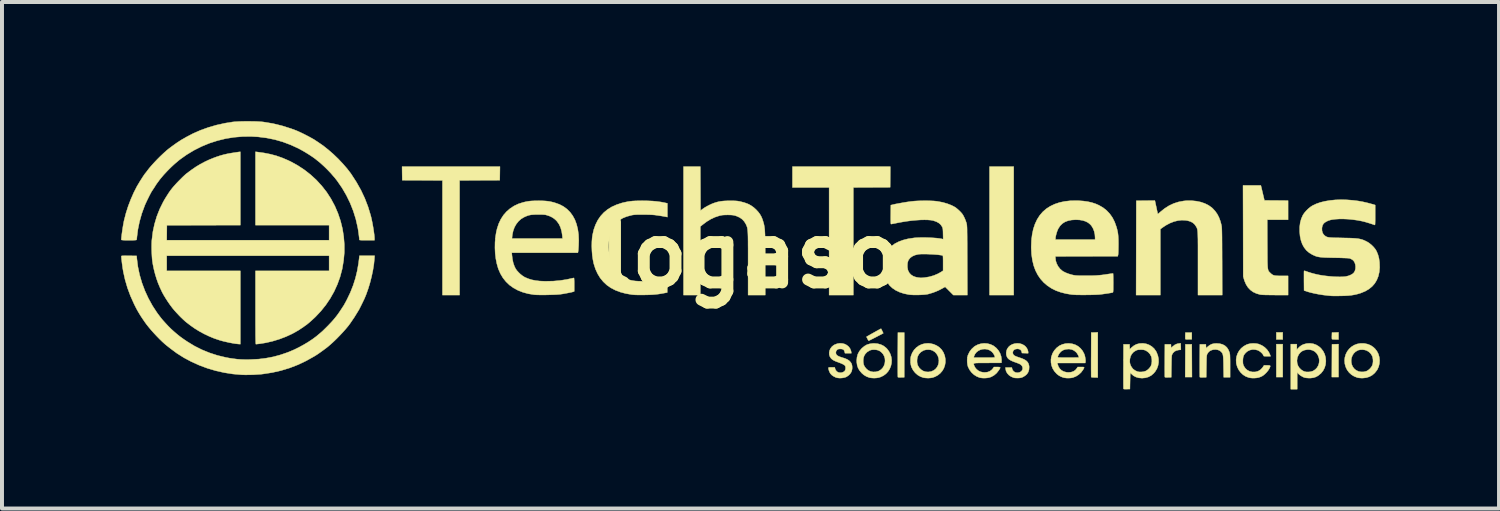
<source format=kicad_pcb>
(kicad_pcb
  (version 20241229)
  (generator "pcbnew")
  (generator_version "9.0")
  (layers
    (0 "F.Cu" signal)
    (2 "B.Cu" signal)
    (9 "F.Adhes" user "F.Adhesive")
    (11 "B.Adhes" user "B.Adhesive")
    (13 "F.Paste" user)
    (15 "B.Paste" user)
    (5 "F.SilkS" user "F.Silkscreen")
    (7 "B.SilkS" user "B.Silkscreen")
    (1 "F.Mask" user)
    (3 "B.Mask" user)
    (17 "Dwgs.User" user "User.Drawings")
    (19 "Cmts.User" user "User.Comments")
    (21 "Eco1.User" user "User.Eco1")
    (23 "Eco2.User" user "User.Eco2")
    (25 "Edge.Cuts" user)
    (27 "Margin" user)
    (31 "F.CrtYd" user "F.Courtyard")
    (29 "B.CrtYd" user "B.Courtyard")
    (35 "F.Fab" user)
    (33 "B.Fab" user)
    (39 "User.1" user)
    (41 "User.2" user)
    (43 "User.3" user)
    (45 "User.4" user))
  (footprint "logaso"
    (layer "F.Cu")
    (at 15.846 3.372)
    (property "Reference" "logaso" (at 0 0 0) (layer "F.SilkS") (effects (font (size 1.524 1.524) (thickness 0.3))))
    (attr through_hole)
    (fp_poly (pts (xy 6.629 1.008) (xy 6.02 1.008) (xy 6.02 -2.227) (xy 6.629 -2.227) (xy 6.629 1.008)) (stroke (width 0.01) (type solid)) (fill yes) (layer "F.SilkS"))
    (fp_poly (pts (xy 11.117 3.073) (xy 10.947 3.073) (xy 10.952 2.248) (xy 11.113 2.248) (xy 11.117 3.073)) (stroke (width 0.01) (type solid)) (fill yes) (layer "F.SilkS"))
    (fp_poly (pts (xy 13.403 2.125) (xy 13.242 2.125) (xy 13.242 1.947) (xy 13.403 1.947) (xy 13.403 2.125)) (stroke (width 0.01) (type solid)) (fill yes) (layer "F.SilkS"))
    (fp_poly (pts (xy 13.403 3.073) (xy 13.242 3.073) (xy 13.242 2.244) (xy 13.403 2.244) (xy 13.403 3.073)) (stroke (width 0.01) (type solid)) (fill yes) (layer "F.SilkS"))
    (fp_poly (pts (xy 14.808 3.073) (xy 14.639 3.073) (xy 14.641 2.661) (xy 14.643 2.248) (xy 14.726 2.245) (xy 14.808 2.243) (xy 14.808 3.073)) (stroke (width 0.01) (type solid)) (fill yes) (layer "F.SilkS"))
    (fp_poly (pts (xy 3.518 -1.706) (xy 2.591 -1.702) (xy 2.591 1.008) (xy 1.981 1.008) (xy 1.981 -1.702) (xy 1.058 -1.702) (xy 1.058 -2.227) (xy 3.522 -2.227) (xy 3.518 -1.706)) (stroke (width 0.01) (type solid)) (fill yes) (layer "F.SilkS"))
    (fp_poly (pts (xy -6.312 -1.884) (xy -6.818 -1.882) (xy -7.324 -1.879) (xy -7.324 1.008) (xy -7.755 1.008) (xy -7.755 -1.879) (xy -8.261 -1.882) (xy -8.767 -1.884) (xy -8.77 -2.055) (xy -8.772 -2.227) (xy -6.307 -2.227) (xy -6.312 -1.884)) (stroke (width 0.01) (type solid)) (fill yes) (layer "F.SilkS"))
    (fp_poly (pts (xy 11.113 2.121) (xy 11.034 2.123) (xy 10.995 2.124) (xy 10.97 2.123) (xy 10.956 2.119) (xy 10.951 2.114) (xy 10.949 2.101) (xy 10.949 2.075) (xy 10.949 2.042) (xy 10.949 2.027) (xy 10.952 1.952) (xy 11.113 1.952) (xy 11.113 2.121)) (stroke (width 0.01) (type solid)) (fill yes) (layer "F.SilkS"))
    (fp_poly (pts (xy 14.808 2.125) (xy 14.728 2.125) (xy 14.686 2.124) (xy 14.66 2.122) (xy 14.646 2.118) (xy 14.642 2.114) (xy 14.641 2.101) (xy 14.64 2.075) (xy 14.64 2.042) (xy 14.641 2.027) (xy 14.643 1.952) (xy 14.808 1.947) (xy 14.808 2.125)) (stroke (width 0.01) (type solid)) (fill yes) (layer "F.SilkS"))
    (fp_poly (pts (xy 3.873 3.078) (xy 3.795 3.08) (xy 3.755 3.081) (xy 3.729 3.079) (xy 3.716 3.075) (xy 3.712 3.072) (xy 3.712 3.061) (xy 3.711 3.036) (xy 3.711 2.996) (xy 3.71 2.944) (xy 3.71 2.88) (xy 3.71 2.807) (xy 3.71 2.725) (xy 3.71 2.637) (xy 3.71 2.543) (xy 3.71 2.506) (xy 3.713 1.952) (xy 3.873 1.952) (xy 3.873 3.078)) (stroke (width 0.01) (type solid)) (fill yes) (layer "F.SilkS"))
    (fp_poly (pts (xy 8.746 3.082) (xy 8.665 3.082) (xy 8.623 3.081) (xy 8.596 3.078) (xy 8.582 3.074) (xy 8.581 3.071) (xy 8.58 3.061) (xy 8.579 3.036) (xy 8.579 2.996) (xy 8.579 2.944) (xy 8.578 2.88) (xy 8.578 2.807) (xy 8.578 2.726) (xy 8.578 2.637) (xy 8.579 2.543) (xy 8.579 2.506) (xy 8.581 1.952) (xy 8.746 1.947) (xy 8.746 3.082)) (stroke (width 0.01) (type solid)) (fill yes) (layer "F.SilkS"))
    (fp_poly (pts (xy 3.293 1.861) (xy 3.302 1.879) (xy 3.314 1.903) (xy 3.327 1.928) (xy 3.337 1.951) (xy 3.344 1.966) (xy 3.344 1.969) (xy 3.337 1.973) (xy 3.317 1.984) (xy 3.288 2) (xy 3.25 2.019) (xy 3.208 2.041) (xy 3.162 2.065) (xy 3.117 2.088) (xy 3.074 2.11) (xy 3.036 2.129) (xy 3.005 2.145) (xy 2.984 2.155) (xy 2.979 2.157) (xy 2.972 2.152) (xy 2.961 2.135) (xy 2.947 2.11) (xy 2.947 2.109) (xy 2.921 2.059) (xy 2.949 2.042) (xy 2.97 2.03) (xy 3 2.013) (xy 3.038 1.991) (xy 3.08 1.968) (xy 3.124 1.943) (xy 3.167 1.919) (xy 3.207 1.897) (xy 3.242 1.878) (xy 3.269 1.864) (xy 3.284 1.856) (xy 3.288 1.854) (xy 3.293 1.861)) (stroke (width 0.01) (type solid)) (fill yes) (layer "F.SilkS"))
    (fp_poly (pts (xy 10.836 2.304) (xy 10.838 2.385) (xy 10.787 2.39) (xy 10.728 2.403) (xy 10.681 2.426) (xy 10.644 2.461) (xy 10.623 2.493) (xy 10.618 2.504) (xy 10.614 2.514) (xy 10.61 2.528) (xy 10.608 2.546) (xy 10.606 2.571) (xy 10.604 2.605) (xy 10.603 2.649) (xy 10.602 2.705) (xy 10.601 2.776) (xy 10.6 2.802) (xy 10.596 3.078) (xy 10.518 3.08) (xy 10.477 3.081) (xy 10.452 3.079) (xy 10.438 3.075) (xy 10.435 3.072) (xy 10.434 3.061) (xy 10.433 3.036) (xy 10.433 2.996) (xy 10.433 2.945) (xy 10.432 2.884) (xy 10.432 2.814) (xy 10.433 2.738) (xy 10.433 2.656) (xy 10.433 2.654) (xy 10.435 2.248) (xy 10.588 2.248) (xy 10.593 2.341) (xy 10.637 2.298) (xy 10.688 2.259) (xy 10.744 2.235) (xy 10.799 2.225) (xy 10.833 2.223) (xy 10.836 2.304)) (stroke (width 0.01) (type solid)) (fill yes) (layer "F.SilkS"))
    (fp_poly (pts (xy 12.858 -1.729) (xy 12.862 -1.714) (xy 12.869 -1.685) (xy 12.878 -1.646) (xy 12.889 -1.599) (xy 12.902 -1.547) (xy 12.903 -1.541) (xy 12.942 -1.376) (xy 13.24 -1.374) (xy 13.538 -1.371) (xy 13.538 -0.889) (xy 13.013 -0.889) (xy 13.015 -0.282) (xy 13.016 -0.161) (xy 13.016 -0.055) (xy 13.017 0.036) (xy 13.017 0.113) (xy 13.018 0.179) (xy 13.02 0.233) (xy 13.022 0.278) (xy 13.025 0.315) (xy 13.029 0.344) (xy 13.034 0.368) (xy 13.04 0.387) (xy 13.047 0.402) (xy 13.056 0.415) (xy 13.066 0.427) (xy 13.078 0.439) (xy 13.092 0.452) (xy 13.094 0.454) (xy 13.118 0.476) (xy 13.141 0.493) (xy 13.166 0.506) (xy 13.196 0.515) (xy 13.234 0.52) (xy 13.281 0.523) (xy 13.342 0.525) (xy 13.383 0.525) (xy 13.538 0.525) (xy 13.538 1.008) (xy 13.214 1.007) (xy 13.117 1.006) (xy 13.036 1.005) (xy 12.969 1.004) (xy 12.916 1.002) (xy 12.876 1) (xy 12.847 0.997) (xy 12.835 0.995) (xy 12.742 0.969) (xy 12.659 0.931) (xy 12.589 0.88) (xy 12.529 0.817) (xy 12.48 0.74) (xy 12.441 0.651) (xy 12.427 0.605) (xy 12.408 0.538) (xy 12.406 -0.607) (xy 12.403 -1.753) (xy 12.852 -1.753) (xy 12.858 -1.729)) (stroke (width 0.01) (type solid)) (fill yes) (layer "F.SilkS"))
    (fp_poly (pts (xy 11.816 2.231) (xy 11.887 2.25) (xy 11.947 2.282) (xy 11.997 2.327) (xy 12.035 2.386) (xy 12.059 2.443) (xy 12.064 2.459) (xy 12.068 2.475) (xy 12.071 2.493) (xy 12.074 2.514) (xy 12.075 2.54) (xy 12.076 2.574) (xy 12.077 2.617) (xy 12.078 2.672) (xy 12.078 2.741) (xy 12.078 2.79) (xy 12.078 3.078) (xy 11.917 3.078) (xy 11.912 2.807) (xy 11.911 2.726) (xy 11.909 2.66) (xy 11.907 2.607) (xy 11.904 2.565) (xy 11.9 2.533) (xy 11.895 2.507) (xy 11.889 2.487) (xy 11.88 2.47) (xy 11.869 2.455) (xy 11.856 2.439) (xy 11.819 2.408) (xy 11.772 2.388) (xy 11.717 2.379) (xy 11.659 2.382) (xy 11.621 2.391) (xy 11.569 2.414) (xy 11.529 2.45) (xy 11.505 2.487) (xy 11.499 2.499) (xy 11.495 2.51) (xy 11.492 2.524) (xy 11.489 2.541) (xy 11.487 2.565) (xy 11.485 2.596) (xy 11.484 2.637) (xy 11.483 2.69) (xy 11.482 2.757) (xy 11.481 2.802) (xy 11.477 3.078) (xy 11.398 3.08) (xy 11.358 3.081) (xy 11.332 3.079) (xy 11.319 3.075) (xy 11.315 3.072) (xy 11.315 3.061) (xy 11.314 3.036) (xy 11.314 2.996) (xy 11.313 2.945) (xy 11.313 2.884) (xy 11.313 2.814) (xy 11.313 2.738) (xy 11.313 2.656) (xy 11.313 2.654) (xy 11.316 2.248) (xy 11.468 2.248) (xy 11.473 2.347) (xy 11.517 2.305) (xy 11.567 2.267) (xy 11.62 2.241) (xy 11.681 2.228) (xy 11.735 2.225) (xy 11.816 2.231)) (stroke (width 0.01) (type solid)) (fill yes) (layer "F.SilkS"))
    (fp_poly (pts (xy 14.17 2.234) (xy 14.244 2.26) (xy 14.312 2.301) (xy 14.366 2.349) (xy 14.42 2.418) (xy 14.458 2.493) (xy 14.481 2.575) (xy 14.489 2.665) (xy 14.489 2.671) (xy 14.481 2.758) (xy 14.457 2.839) (xy 14.419 2.912) (xy 14.367 2.977) (xy 14.301 3.032) (xy 14.29 3.04) (xy 14.234 3.07) (xy 14.175 3.089) (xy 14.109 3.097) (xy 14.047 3.097) (xy 14.005 3.094) (xy 13.974 3.09) (xy 13.948 3.084) (xy 13.921 3.073) (xy 13.899 3.062) (xy 13.855 3.036) (xy 13.816 3.007) (xy 13.802 2.993) (xy 13.767 2.955) (xy 13.767 3.378) (xy 13.606 3.378) (xy 13.606 2.659) (xy 13.761 2.659) (xy 13.767 2.725) (xy 13.787 2.786) (xy 13.821 2.841) (xy 13.867 2.887) (xy 13.923 2.922) (xy 13.956 2.935) (xy 14.003 2.944) (xy 14.057 2.944) (xy 14.112 2.936) (xy 14.16 2.921) (xy 14.168 2.918) (xy 14.223 2.882) (xy 14.268 2.834) (xy 14.3 2.778) (xy 14.318 2.716) (xy 14.323 2.65) (xy 14.314 2.591) (xy 14.289 2.524) (xy 14.252 2.469) (xy 14.205 2.426) (xy 14.148 2.397) (xy 14.083 2.382) (xy 14.023 2.381) (xy 13.953 2.393) (xy 13.893 2.418) (xy 13.843 2.457) (xy 13.803 2.509) (xy 13.775 2.573) (xy 13.77 2.59) (xy 13.761 2.659) (xy 13.606 2.659) (xy 13.606 2.244) (xy 13.758 2.244) (xy 13.758 2.382) (xy 13.789 2.347) (xy 13.832 2.305) (xy 13.882 2.27) (xy 13.929 2.248) (xy 14.01 2.227) (xy 14.091 2.223) (xy 14.17 2.234)) (stroke (width 0.01) (type solid)) (fill yes) (layer "F.SilkS"))
    (fp_poly (pts (xy 15.465 2.227) (xy 15.547 2.245) (xy 15.619 2.275) (xy 15.684 2.319) (xy 15.728 2.36) (xy 15.776 2.423) (xy 15.812 2.493) (xy 15.834 2.57) (xy 15.843 2.65) (xy 15.838 2.73) (xy 15.819 2.808) (xy 15.787 2.881) (xy 15.775 2.9) (xy 15.72 2.969) (xy 15.658 3.023) (xy 15.586 3.063) (xy 15.506 3.088) (xy 15.418 3.098) (xy 15.395 3.098) (xy 15.355 3.096) (xy 15.316 3.092) (xy 15.284 3.086) (xy 15.205 3.056) (xy 15.134 3.013) (xy 15.074 2.958) (xy 15.025 2.893) (xy 14.989 2.819) (xy 14.967 2.739) (xy 14.961 2.663) (xy 14.962 2.643) (xy 15.127 2.643) (xy 15.129 2.702) (xy 15.142 2.759) (xy 15.166 2.813) (xy 15.201 2.86) (xy 15.247 2.899) (xy 15.304 2.927) (xy 15.311 2.93) (xy 15.374 2.942) (xy 15.44 2.941) (xy 15.502 2.927) (xy 15.518 2.921) (xy 15.559 2.896) (xy 15.599 2.861) (xy 15.634 2.819) (xy 15.657 2.779) (xy 15.671 2.733) (xy 15.677 2.679) (xy 15.675 2.622) (xy 15.665 2.569) (xy 15.654 2.539) (xy 15.618 2.481) (xy 15.569 2.435) (xy 15.52 2.406) (xy 15.472 2.39) (xy 15.416 2.383) (xy 15.36 2.384) (xy 15.309 2.394) (xy 15.29 2.402) (xy 15.234 2.435) (xy 15.19 2.479) (xy 15.158 2.529) (xy 15.137 2.585) (xy 15.127 2.643) (xy 14.962 2.643) (xy 14.968 2.577) (xy 14.991 2.498) (xy 15.027 2.427) (xy 15.075 2.364) (xy 15.133 2.311) (xy 15.2 2.269) (xy 15.274 2.24) (xy 15.355 2.225) (xy 15.44 2.225) (xy 15.465 2.227)) (stroke (width 0.01) (type solid)) (fill yes) (layer "F.SilkS"))
    (fp_poly (pts (xy 4.529 2.227) (xy 4.613 2.246) (xy 4.69 2.28) (xy 4.757 2.325) (xy 4.814 2.382) (xy 4.858 2.45) (xy 4.862 2.457) (xy 4.893 2.538) (xy 4.908 2.62) (xy 4.909 2.701) (xy 4.895 2.779) (xy 4.869 2.852) (xy 4.829 2.919) (xy 4.778 2.978) (xy 4.715 3.028) (xy 4.643 3.066) (xy 4.584 3.086) (xy 4.537 3.094) (xy 4.481 3.098) (xy 4.423 3.096) (xy 4.371 3.09) (xy 4.355 3.087) (xy 4.279 3.06) (xy 4.209 3.019) (xy 4.148 2.965) (xy 4.097 2.901) (xy 4.059 2.83) (xy 4.047 2.796) (xy 4.036 2.745) (xy 4.031 2.685) (xy 4.031 2.641) (xy 4.195 2.641) (xy 4.195 2.698) (xy 4.204 2.749) (xy 4.214 2.779) (xy 4.249 2.838) (xy 4.296 2.885) (xy 4.35 2.919) (xy 4.412 2.939) (xy 4.478 2.944) (xy 4.547 2.933) (xy 4.557 2.93) (xy 4.616 2.904) (xy 4.663 2.867) (xy 4.7 2.821) (xy 4.726 2.769) (xy 4.741 2.712) (xy 4.745 2.654) (xy 4.737 2.595) (xy 4.718 2.539) (xy 4.688 2.488) (xy 4.647 2.443) (xy 4.593 2.407) (xy 4.582 2.402) (xy 4.535 2.387) (xy 4.48 2.382) (xy 4.424 2.385) (xy 4.371 2.397) (xy 4.351 2.406) (xy 4.293 2.442) (xy 4.247 2.49) (xy 4.218 2.539) (xy 4.202 2.586) (xy 4.195 2.641) (xy 4.031 2.641) (xy 4.031 2.624) (xy 4.037 2.568) (xy 4.044 2.539) (xy 4.075 2.46) (xy 4.12 2.389) (xy 4.176 2.33) (xy 4.241 2.283) (xy 4.315 2.248) (xy 4.394 2.228) (xy 4.478 2.222) (xy 4.529 2.227)) (stroke (width 0.01) (type solid)) (fill yes) (layer "F.SilkS"))
    (fp_poly (pts (xy 3.203 2.232) (xy 3.284 2.254) (xy 3.357 2.291) (xy 3.422 2.343) (xy 3.436 2.357) (xy 3.487 2.424) (xy 3.524 2.496) (xy 3.547 2.571) (xy 3.556 2.647) (xy 3.552 2.723) (xy 3.535 2.797) (xy 3.506 2.867) (xy 3.466 2.931) (xy 3.414 2.988) (xy 3.351 3.035) (xy 3.279 3.07) (xy 3.23 3.086) (xy 3.182 3.094) (xy 3.124 3.098) (xy 3.066 3.096) (xy 3.013 3.09) (xy 3 3.087) (xy 2.925 3.06) (xy 2.856 3.019) (xy 2.802 2.972) (xy 2.75 2.911) (xy 2.712 2.848) (xy 2.688 2.779) (xy 2.677 2.702) (xy 2.675 2.658) (xy 2.677 2.64) (xy 2.84 2.64) (xy 2.841 2.697) (xy 2.849 2.748) (xy 2.859 2.778) (xy 2.885 2.823) (xy 2.921 2.866) (xy 2.961 2.9) (xy 2.97 2.906) (xy 3.026 2.931) (xy 3.088 2.943) (xy 3.153 2.941) (xy 3.215 2.926) (xy 3.237 2.917) (xy 3.29 2.883) (xy 3.332 2.839) (xy 3.363 2.786) (xy 3.383 2.728) (xy 3.39 2.667) (xy 3.386 2.605) (xy 3.368 2.546) (xy 3.338 2.492) (xy 3.302 2.452) (xy 3.259 2.418) (xy 3.215 2.397) (xy 3.166 2.386) (xy 3.116 2.383) (xy 3.076 2.384) (xy 3.046 2.388) (xy 3.019 2.396) (xy 2.996 2.406) (xy 2.938 2.442) (xy 2.892 2.49) (xy 2.863 2.539) (xy 2.848 2.586) (xy 2.84 2.64) (xy 2.677 2.64) (xy 2.683 2.573) (xy 2.704 2.495) (xy 2.741 2.424) (xy 2.794 2.359) (xy 2.811 2.342) (xy 2.871 2.293) (xy 2.931 2.258) (xy 2.998 2.237) (xy 3.073 2.226) (xy 3.116 2.224) (xy 3.203 2.232)) (stroke (width 0.01) (type solid)) (fill yes) (layer "F.SilkS"))
    (fp_poly (pts (xy 12.731 2.228) (xy 12.794 2.24) (xy 12.802 2.243) (xy 12.879 2.276) (xy 12.948 2.322) (xy 13.008 2.381) (xy 13.055 2.449) (xy 13.086 2.516) (xy 13.097 2.548) (xy 13.01 2.548) (xy 12.97 2.548) (xy 12.945 2.547) (xy 12.93 2.545) (xy 12.922 2.54) (xy 12.918 2.532) (xy 12.917 2.527) (xy 12.904 2.502) (xy 12.88 2.473) (xy 12.849 2.444) (xy 12.815 2.419) (xy 12.781 2.4) (xy 12.774 2.397) (xy 12.707 2.381) (xy 12.64 2.379) (xy 12.577 2.393) (xy 12.519 2.421) (xy 12.486 2.447) (xy 12.449 2.485) (xy 12.424 2.523) (xy 12.408 2.566) (xy 12.401 2.618) (xy 12.399 2.663) (xy 12.4 2.703) (xy 12.402 2.732) (xy 12.407 2.755) (xy 12.415 2.777) (xy 12.424 2.797) (xy 12.462 2.854) (xy 12.51 2.897) (xy 12.567 2.927) (xy 12.634 2.943) (xy 12.65 2.944) (xy 12.72 2.942) (xy 12.783 2.924) (xy 12.839 2.891) (xy 12.887 2.843) (xy 12.903 2.821) (xy 12.932 2.777) (xy 13.011 2.777) (xy 13.051 2.778) (xy 13.076 2.781) (xy 13.088 2.79) (xy 13.088 2.806) (xy 13.077 2.833) (xy 13.063 2.862) (xy 13.035 2.907) (xy 12.997 2.953) (xy 12.953 2.997) (xy 12.909 3.033) (xy 12.881 3.05) (xy 12.847 3.066) (xy 12.808 3.08) (xy 12.789 3.086) (xy 12.741 3.094) (xy 12.685 3.098) (xy 12.627 3.097) (xy 12.574 3.091) (xy 12.549 3.085) (xy 12.473 3.057) (xy 12.404 3.014) (xy 12.345 2.958) (xy 12.296 2.893) (xy 12.259 2.819) (xy 12.236 2.739) (xy 12.233 2.721) (xy 12.229 2.638) (xy 12.24 2.558) (xy 12.266 2.481) (xy 12.305 2.411) (xy 12.356 2.349) (xy 12.418 2.298) (xy 12.489 2.258) (xy 12.529 2.243) (xy 12.592 2.229) (xy 12.661 2.224) (xy 12.731 2.228)) (stroke (width 0.01) (type solid)) (fill yes) (layer "F.SilkS"))
    (fp_poly (pts (xy 6.776 2.227) (xy 6.836 2.244) (xy 6.891 2.273) (xy 6.926 2.302) (xy 6.959 2.344) (xy 6.982 2.391) (xy 6.993 2.438) (xy 6.993 2.449) (xy 6.993 2.473) (xy 6.915 2.47) (xy 6.837 2.468) (xy 6.83 2.436) (xy 6.814 2.4) (xy 6.786 2.376) (xy 6.747 2.364) (xy 6.724 2.362) (xy 6.677 2.368) (xy 6.641 2.385) (xy 6.617 2.411) (xy 6.606 2.446) (xy 6.608 2.476) (xy 6.615 2.498) (xy 6.63 2.518) (xy 6.654 2.536) (xy 6.69 2.553) (xy 6.739 2.571) (xy 6.773 2.582) (xy 6.847 2.608) (xy 6.906 2.636) (xy 6.95 2.666) (xy 6.982 2.7) (xy 7.003 2.74) (xy 7.015 2.786) (xy 7.018 2.816) (xy 7.014 2.884) (xy 6.996 2.944) (xy 6.964 2.995) (xy 6.916 3.038) (xy 6.868 3.067) (xy 6.838 3.081) (xy 6.812 3.089) (xy 6.784 3.094) (xy 6.747 3.096) (xy 6.735 3.097) (xy 6.69 3.096) (xy 6.651 3.093) (xy 6.625 3.087) (xy 6.56 3.059) (xy 6.506 3.021) (xy 6.465 2.975) (xy 6.437 2.923) (xy 6.425 2.866) (xy 6.422 2.832) (xy 6.582 2.832) (xy 6.588 2.861) (xy 6.605 2.902) (xy 6.634 2.934) (xy 6.673 2.956) (xy 6.719 2.963) (xy 6.721 2.963) (xy 6.767 2.957) (xy 6.805 2.939) (xy 6.834 2.913) (xy 6.851 2.88) (xy 6.855 2.843) (xy 6.844 2.805) (xy 6.828 2.78) (xy 6.806 2.759) (xy 6.773 2.74) (xy 6.729 2.722) (xy 6.709 2.714) (xy 6.64 2.69) (xy 6.586 2.668) (xy 6.544 2.647) (xy 6.512 2.627) (xy 6.488 2.605) (xy 6.469 2.581) (xy 6.459 2.562) (xy 6.443 2.515) (xy 6.44 2.462) (xy 6.449 2.407) (xy 6.464 2.366) (xy 6.497 2.317) (xy 6.541 2.277) (xy 6.594 2.248) (xy 6.653 2.23) (xy 6.714 2.223) (xy 6.776 2.227)) (stroke (width 0.01) (type solid)) (fill yes) (layer "F.SilkS"))
    (fp_poly (pts (xy 10.188 -1.353) (xy 10.191 -1.338) (xy 10.197 -1.311) (xy 10.205 -1.272) (xy 10.215 -1.227) (xy 10.224 -1.185) (xy 10.234 -1.138) (xy 10.243 -1.096) (xy 10.251 -1.063) (xy 10.256 -1.041) (xy 10.258 -1.034) (xy 10.265 -1.038) (xy 10.282 -1.051) (xy 10.305 -1.071) (xy 10.318 -1.083) (xy 10.427 -1.171) (xy 10.54 -1.243) (xy 10.658 -1.299) (xy 10.781 -1.338) (xy 10.91 -1.362) (xy 10.986 -1.369) (xy 11.11 -1.369) (xy 11.228 -1.357) (xy 11.339 -1.334) (xy 11.441 -1.299) (xy 11.532 -1.254) (xy 11.612 -1.198) (xy 11.636 -1.177) (xy 11.7 -1.108) (xy 11.754 -1.032) (xy 11.798 -0.947) (xy 11.834 -0.85) (xy 11.856 -0.766) (xy 11.859 -0.753) (xy 11.861 -0.74) (xy 11.864 -0.726) (xy 11.866 -0.71) (xy 11.867 -0.69) (xy 11.869 -0.666) (xy 11.87 -0.637) (xy 11.871 -0.601) (xy 11.872 -0.558) (xy 11.873 -0.506) (xy 11.874 -0.444) (xy 11.874 -0.372) (xy 11.875 -0.288) (xy 11.875 -0.191) (xy 11.876 -0.08) (xy 11.876 0.046) (xy 11.877 0.159) (xy 11.879 1.008) (xy 11.269 1.008) (xy 11.269 0.213) (xy 11.269 0.075) (xy 11.269 -0.047) (xy 11.269 -0.155) (xy 11.269 -0.248) (xy 11.268 -0.33) (xy 11.268 -0.399) (xy 11.266 -0.458) (xy 11.265 -0.508) (xy 11.263 -0.55) (xy 11.261 -0.584) (xy 11.258 -0.612) (xy 11.255 -0.635) (xy 11.251 -0.654) (xy 11.246 -0.67) (xy 11.24 -0.684) (xy 11.234 -0.697) (xy 11.226 -0.711) (xy 11.22 -0.722) (xy 11.184 -0.773) (xy 11.138 -0.814) (xy 11.079 -0.845) (xy 11.007 -0.866) (xy 10.957 -0.874) (xy 10.863 -0.879) (xy 10.765 -0.868) (xy 10.664 -0.843) (xy 10.562 -0.803) (xy 10.462 -0.75) (xy 10.378 -0.694) (xy 10.321 -0.652) (xy 10.321 1.008) (xy 9.711 1.008) (xy 9.716 -1.367) (xy 10.183 -1.372) (xy 10.188 -1.353)) (stroke (width 0.01) (type solid)) (fill yes) (layer "F.SilkS"))
    (fp_poly (pts (xy 2.314 2.226) (xy 2.374 2.241) (xy 2.427 2.269) (xy 2.473 2.307) (xy 2.508 2.354) (xy 2.531 2.411) (xy 2.536 2.437) (xy 2.542 2.472) (xy 2.381 2.472) (xy 2.371 2.434) (xy 2.358 2.4) (xy 2.335 2.377) (xy 2.301 2.366) (xy 2.255 2.364) (xy 2.253 2.364) (xy 2.222 2.367) (xy 2.202 2.372) (xy 2.187 2.382) (xy 2.175 2.395) (xy 2.157 2.42) (xy 2.151 2.448) (xy 2.151 2.458) (xy 2.155 2.488) (xy 2.169 2.513) (xy 2.194 2.535) (xy 2.232 2.554) (xy 2.284 2.573) (xy 2.314 2.582) (xy 2.386 2.605) (xy 2.443 2.631) (xy 2.487 2.661) (xy 2.521 2.696) (xy 2.543 2.73) (xy 2.556 2.768) (xy 2.562 2.815) (xy 2.561 2.865) (xy 2.552 2.912) (xy 2.543 2.939) (xy 2.513 2.987) (xy 2.471 3.03) (xy 2.421 3.064) (xy 2.406 3.072) (xy 2.358 3.087) (xy 2.302 3.096) (xy 2.243 3.098) (xy 2.188 3.092) (xy 2.153 3.083) (xy 2.097 3.056) (xy 2.048 3.022) (xy 2.012 2.983) (xy 2.012 2.982) (xy 1.993 2.948) (xy 1.977 2.908) (xy 1.967 2.87) (xy 1.964 2.848) (xy 1.965 2.838) (xy 1.969 2.833) (xy 1.98 2.829) (xy 2.001 2.828) (xy 2.036 2.828) (xy 2.044 2.828) (xy 2.123 2.828) (xy 2.132 2.864) (xy 2.15 2.903) (xy 2.18 2.936) (xy 2.212 2.954) (xy 2.255 2.963) (xy 2.298 2.96) (xy 2.338 2.946) (xy 2.37 2.923) (xy 2.38 2.909) (xy 2.392 2.879) (xy 2.396 2.844) (xy 2.392 2.81) (xy 2.383 2.787) (xy 2.362 2.768) (xy 2.324 2.746) (xy 2.27 2.722) (xy 2.2 2.696) (xy 2.144 2.675) (xy 2.101 2.655) (xy 2.067 2.634) (xy 2.039 2.611) (xy 2.026 2.596) (xy 1.998 2.552) (xy 1.984 2.503) (xy 1.983 2.451) (xy 1.995 2.398) (xy 2.018 2.349) (xy 2.053 2.305) (xy 2.098 2.269) (xy 2.12 2.257) (xy 2.185 2.232) (xy 2.25 2.222) (xy 2.314 2.226)) (stroke (width 0.01) (type solid)) (fill yes) (layer "F.SilkS"))
    (fp_poly (pts (xy 9.963 2.235) (xy 10.038 2.262) (xy 10.105 2.302) (xy 10.164 2.355) (xy 10.211 2.42) (xy 10.227 2.45) (xy 10.259 2.533) (xy 10.276 2.618) (xy 10.277 2.702) (xy 10.263 2.784) (xy 10.235 2.862) (xy 10.192 2.933) (xy 10.151 2.981) (xy 10.09 3.033) (xy 10.022 3.069) (xy 9.947 3.091) (xy 9.863 3.099) (xy 9.859 3.099) (xy 9.778 3.092) (xy 9.708 3.072) (xy 9.645 3.039) (xy 9.597 2.997) (xy 9.563 2.962) (xy 9.559 3.168) (xy 9.555 3.374) (xy 9.476 3.376) (xy 9.436 3.377) (xy 9.41 3.375) (xy 9.397 3.372) (xy 9.394 3.368) (xy 9.393 3.358) (xy 9.392 3.332) (xy 9.392 3.292) (xy 9.391 3.24) (xy 9.391 3.177) (xy 9.391 3.103) (xy 9.391 3.022) (xy 9.391 2.933) (xy 9.391 2.84) (xy 9.392 2.802) (xy 9.392 2.696) (xy 9.552 2.696) (xy 9.56 2.742) (xy 9.577 2.786) (xy 9.595 2.819) (xy 9.632 2.867) (xy 9.683 2.906) (xy 9.742 2.933) (xy 9.744 2.934) (xy 9.791 2.943) (xy 9.845 2.943) (xy 9.899 2.937) (xy 9.946 2.923) (xy 9.953 2.92) (xy 9.999 2.892) (xy 10.041 2.853) (xy 10.074 2.809) (xy 10.086 2.787) (xy 10.101 2.739) (xy 10.108 2.683) (xy 10.107 2.626) (xy 10.098 2.573) (xy 10.093 2.556) (xy 10.063 2.498) (xy 10.02 2.449) (xy 9.968 2.412) (xy 9.959 2.407) (xy 9.933 2.396) (xy 9.91 2.388) (xy 9.884 2.385) (xy 9.85 2.383) (xy 9.83 2.383) (xy 9.789 2.384) (xy 9.76 2.386) (xy 9.737 2.392) (xy 9.713 2.401) (xy 9.701 2.407) (xy 9.646 2.443) (xy 9.603 2.491) (xy 9.572 2.548) (xy 9.555 2.615) (xy 9.552 2.642) (xy 9.552 2.696) (xy 9.392 2.696) (xy 9.394 2.248) (xy 9.546 2.248) (xy 9.549 2.31) (xy 9.551 2.373) (xy 9.601 2.325) (xy 9.659 2.279) (xy 9.72 2.247) (xy 9.789 2.229) (xy 9.8 2.227) (xy 9.884 2.223) (xy 9.963 2.235)) (stroke (width 0.01) (type solid)) (fill yes) (layer "F.SilkS"))
    (fp_poly (pts (xy -1.259 -1.673) (xy -1.257 -1.119) (xy -1.203 -1.16) (xy -1.155 -1.193) (xy -1.097 -1.227) (xy -1.033 -1.26) (xy -0.971 -1.289) (xy -0.925 -1.307) (xy -0.862 -1.328) (xy -0.803 -1.343) (xy -0.742 -1.354) (xy -0.676 -1.361) (xy -0.601 -1.365) (xy -0.516 -1.366) (xy -0.453 -1.366) (xy -0.403 -1.365) (xy -0.362 -1.363) (xy -0.328 -1.36) (xy -0.296 -1.355) (xy -0.263 -1.349) (xy -0.255 -1.347) (xy -0.154 -1.321) (xy -0.066 -1.289) (xy 0.011 -1.249) (xy 0.082 -1.199) (xy 0.144 -1.143) (xy 0.197 -1.085) (xy 0.24 -1.027) (xy 0.275 -0.965) (xy 0.304 -0.895) (xy 0.329 -0.813) (xy 0.335 -0.791) (xy 0.341 -0.766) (xy 0.346 -0.74) (xy 0.351 -0.713) (xy 0.355 -0.683) (xy 0.359 -0.649) (xy 0.362 -0.611) (xy 0.364 -0.566) (xy 0.367 -0.514) (xy 0.368 -0.454) (xy 0.37 -0.385) (xy 0.371 -0.305) (xy 0.371 -0.214) (xy 0.372 -0.109) (xy 0.372 0.009) (xy 0.372 0.142) (xy 0.372 0.248) (xy 0.373 1.008) (xy -0.059 1.008) (xy -0.059 0.211) (xy -0.059 0.071) (xy -0.059 -0.054) (xy -0.059 -0.163) (xy -0.06 -0.259) (xy -0.06 -0.343) (xy -0.061 -0.415) (xy -0.062 -0.476) (xy -0.064 -0.529) (xy -0.066 -0.573) (xy -0.069 -0.61) (xy -0.072 -0.641) (xy -0.076 -0.666) (xy -0.08 -0.689) (xy -0.085 -0.708) (xy -0.092 -0.725) (xy -0.099 -0.742) (xy -0.106 -0.76) (xy -0.113 -0.775) (xy -0.154 -0.843) (xy -0.206 -0.9) (xy -0.27 -0.945) (xy -0.347 -0.98) (xy -0.383 -0.992) (xy -0.414 -1) (xy -0.443 -1.005) (xy -0.475 -1.008) (xy -0.513 -1.01) (xy -0.562 -1.011) (xy -0.58 -1.011) (xy -0.634 -1.01) (xy -0.676 -1.008) (xy -0.711 -1.005) (xy -0.744 -0.999) (xy -0.779 -0.991) (xy -0.789 -0.988) (xy -0.895 -0.953) (xy -0.998 -0.905) (xy -1.1 -0.843) (xy -1.196 -0.771) (xy -1.262 -0.718) (xy -1.262 1.008) (xy -1.685 1.008) (xy -1.685 -2.227) (xy -1.262 -2.227) (xy -1.259 -1.673)) (stroke (width 0.01) (type solid)) (fill yes) (layer "F.SilkS"))
    (fp_poly (pts (xy 8.099 2.234) (xy 8.178 2.258) (xy 8.25 2.297) (xy 8.312 2.35) (xy 8.364 2.414) (xy 8.404 2.49) (xy 8.407 2.498) (xy 8.419 2.534) (xy 8.428 2.577) (xy 8.435 2.621) (xy 8.438 2.661) (xy 8.436 2.691) (xy 8.436 2.692) (xy 8.431 2.718) (xy 7.729 2.718) (xy 7.734 2.745) (xy 7.755 2.808) (xy 7.789 2.861) (xy 7.834 2.904) (xy 7.89 2.934) (xy 7.954 2.951) (xy 8.004 2.955) (xy 8.074 2.949) (xy 8.132 2.93) (xy 8.18 2.898) (xy 8.218 2.853) (xy 8.24 2.819) (xy 8.325 2.819) (xy 8.365 2.819) (xy 8.391 2.821) (xy 8.402 2.828) (xy 8.401 2.841) (xy 8.39 2.863) (xy 8.371 2.894) (xy 8.324 2.957) (xy 8.265 3.011) (xy 8.196 3.055) (xy 8.12 3.085) (xy 8.12 3.085) (xy 8.074 3.094) (xy 8.019 3.098) (xy 7.962 3.097) (xy 7.909 3.091) (xy 7.874 3.083) (xy 7.815 3.06) (xy 7.766 3.033) (xy 7.719 2.997) (xy 7.713 2.992) (xy 7.656 2.929) (xy 7.612 2.86) (xy 7.583 2.785) (xy 7.568 2.707) (xy 7.567 2.628) (xy 7.578 2.565) (xy 7.739 2.565) (xy 7.739 2.57) (xy 7.741 2.574) (xy 7.748 2.577) (xy 7.759 2.579) (xy 7.778 2.58) (xy 7.806 2.581) (xy 7.845 2.582) (xy 7.896 2.582) (xy 7.961 2.582) (xy 8.005 2.582) (xy 8.07 2.582) (xy 8.13 2.582) (xy 8.182 2.581) (xy 8.224 2.581) (xy 8.254 2.58) (xy 8.27 2.579) (xy 8.272 2.578) (xy 8.267 2.558) (xy 8.255 2.529) (xy 8.238 2.497) (xy 8.219 2.468) (xy 8.203 2.449) (xy 8.151 2.406) (xy 8.095 2.38) (xy 8.032 2.368) (xy 8.011 2.367) (xy 7.942 2.373) (xy 7.884 2.39) (xy 7.834 2.419) (xy 7.819 2.431) (xy 7.792 2.46) (xy 7.768 2.493) (xy 7.75 2.527) (xy 7.74 2.556) (xy 7.739 2.565) (xy 7.578 2.565) (xy 7.581 2.55) (xy 7.608 2.474) (xy 7.65 2.404) (xy 7.706 2.341) (xy 7.713 2.334) (xy 7.781 2.283) (xy 7.855 2.249) (xy 7.935 2.229) (xy 8.014 2.224) (xy 8.099 2.234)) (stroke (width 0.01) (type solid)) (fill yes) (layer "F.SilkS"))
    (fp_poly (pts (xy 5.966 2.229) (xy 6.044 2.249) (xy 6.116 2.283) (xy 6.127 2.29) (xy 6.193 2.343) (xy 6.246 2.405) (xy 6.286 2.475) (xy 6.312 2.55) (xy 6.323 2.629) (xy 6.323 2.66) (xy 6.32 2.714) (xy 5.971 2.716) (xy 5.883 2.716) (xy 5.811 2.717) (xy 5.752 2.717) (xy 5.707 2.718) (xy 5.673 2.72) (xy 5.648 2.724) (xy 5.633 2.728) (xy 5.624 2.735) (xy 5.621 2.743) (xy 5.623 2.754) (xy 5.628 2.768) (xy 5.634 2.784) (xy 5.636 2.79) (xy 5.659 2.834) (xy 5.693 2.875) (xy 5.741 2.914) (xy 5.793 2.939) (xy 5.852 2.952) (xy 5.9 2.955) (xy 5.967 2.948) (xy 6.026 2.927) (xy 6.074 2.892) (xy 6.102 2.861) (xy 6.131 2.819) (xy 6.211 2.819) (xy 6.252 2.82) (xy 6.277 2.823) (xy 6.289 2.831) (xy 6.287 2.846) (xy 6.274 2.871) (xy 6.252 2.904) (xy 6.198 2.973) (xy 6.136 3.026) (xy 6.066 3.066) (xy 6.021 3.082) (xy 5.975 3.092) (xy 5.919 3.097) (xy 5.861 3.098) (xy 5.807 3.093) (xy 5.774 3.087) (xy 5.699 3.057) (xy 5.63 3.014) (xy 5.569 2.958) (xy 5.519 2.892) (xy 5.481 2.818) (xy 5.477 2.807) (xy 5.465 2.758) (xy 5.458 2.7) (xy 5.457 2.638) (xy 5.462 2.582) (xy 5.622 2.582) (xy 5.888 2.582) (xy 5.963 2.582) (xy 6.022 2.582) (xy 6.068 2.582) (xy 6.102 2.581) (xy 6.125 2.579) (xy 6.141 2.578) (xy 6.15 2.575) (xy 6.154 2.572) (xy 6.155 2.568) (xy 6.155 2.568) (xy 6.149 2.541) (xy 6.134 2.509) (xy 6.112 2.474) (xy 6.087 2.444) (xy 6.075 2.432) (xy 6.024 2.397) (xy 5.967 2.375) (xy 5.908 2.367) (xy 5.848 2.37) (xy 5.79 2.385) (xy 5.737 2.411) (xy 5.691 2.447) (xy 5.655 2.492) (xy 5.631 2.546) (xy 5.627 2.559) (xy 5.622 2.582) (xy 5.462 2.582) (xy 5.463 2.578) (xy 5.474 2.528) (xy 5.477 2.52) (xy 5.515 2.44) (xy 5.566 2.37) (xy 5.631 2.31) (xy 5.658 2.291) (xy 5.729 2.254) (xy 5.806 2.232) (xy 5.886 2.223) (xy 5.966 2.229)) (stroke (width 0.01) (type solid)) (fill yes) (layer "F.SilkS"))
    (fp_poly (pts (xy -2.588 -1.365) (xy -2.468 -1.36) (xy -2.358 -1.35) (xy -2.255 -1.336) (xy -2.157 -1.317) (xy -2.131 -1.311) (xy -2.091 -1.302) (xy -2.091 -0.955) (xy -2.11 -0.96) (xy -2.139 -0.966) (xy -2.18 -0.973) (xy -2.229 -0.982) (xy -2.283 -0.99) (xy -2.336 -0.998) (xy -2.385 -1.005) (xy -2.417 -1.009) (xy -2.454 -1.012) (xy -2.503 -1.015) (xy -2.561 -1.017) (xy -2.624 -1.018) (xy -2.689 -1.019) (xy -2.714 -1.019) (xy -2.781 -1.019) (xy -2.834 -1.019) (xy -2.876 -1.017) (xy -2.911 -1.015) (xy -2.941 -1.012) (xy -2.969 -1.008) (xy -2.999 -1.002) (xy -3.005 -1) (xy -3.116 -0.97) (xy -3.215 -0.93) (xy -3.3 -0.879) (xy -3.373 -0.818) (xy -3.434 -0.745) (xy -3.484 -0.661) (xy -3.522 -0.564) (xy -3.549 -0.455) (xy -3.565 -0.333) (xy -3.566 -0.328) (xy -3.57 -0.26) (xy -3.571 -0.196) (xy -3.567 -0.127) (xy -3.565 -0.105) (xy -3.552 0.011) (xy -3.532 0.113) (xy -3.506 0.204) (xy -3.472 0.284) (xy -3.429 0.356) (xy -3.378 0.423) (xy -3.349 0.454) (xy -3.276 0.517) (xy -3.196 0.568) (xy -3.106 0.608) (xy -3.005 0.636) (xy -2.946 0.647) (xy -2.893 0.654) (xy -2.826 0.658) (xy -2.75 0.66) (xy -2.668 0.66) (xy -2.583 0.657) (xy -2.501 0.653) (xy -2.438 0.648) (xy -2.385 0.642) (xy -2.329 0.635) (xy -2.272 0.627) (xy -2.219 0.619) (xy -2.172 0.611) (xy -2.134 0.604) (xy -2.109 0.597) (xy -2.105 0.596) (xy -2.1 0.596) (xy -2.097 0.6) (xy -2.094 0.61) (xy -2.093 0.63) (xy -2.092 0.659) (xy -2.092 0.702) (xy -2.093 0.759) (xy -2.093 0.767) (xy -2.095 0.944) (xy -2.172 0.958) (xy -2.248 0.972) (xy -2.319 0.983) (xy -2.388 0.991) (xy -2.46 0.997) (xy -2.538 1.001) (xy -2.626 1.003) (xy -2.675 1.004) (xy -2.769 1.004) (xy -2.847 1.004) (xy -2.911 1.002) (xy -2.963 0.998) (xy -2.989 0.995) (xy -3.14 0.969) (xy -3.278 0.932) (xy -3.404 0.884) (xy -3.517 0.825) (xy -3.618 0.754) (xy -3.706 0.671) (xy -3.783 0.577) (xy -3.848 0.471) (xy -3.902 0.353) (xy -3.944 0.222) (xy -3.946 0.215) (xy -3.966 0.118) (xy -3.982 0.01) (xy -3.991 -0.105) (xy -3.995 -0.222) (xy -3.993 -0.335) (xy -3.985 -0.441) (xy -3.975 -0.508) (xy -3.944 -0.643) (xy -3.9 -0.766) (xy -3.844 -0.878) (xy -3.775 -0.979) (xy -3.694 -1.068) (xy -3.6 -1.146) (xy -3.494 -1.212) (xy -3.375 -1.266) (xy -3.245 -1.309) (xy -3.22 -1.316) (xy -3.154 -1.331) (xy -3.092 -1.344) (xy -3.032 -1.353) (xy -2.968 -1.36) (xy -2.898 -1.364) (xy -2.818 -1.366) (xy -2.725 -1.367) (xy -2.722 -1.367) (xy -2.588 -1.365)) (stroke (width 0.01) (type solid)) (fill yes) (layer "F.SilkS"))
    (fp_poly (pts (xy -5.252 -1.366) (xy -5.183 -1.363) (xy -5.123 -1.358) (xy -5.068 -1.351) (xy -5.014 -1.34) (xy -4.956 -1.326) (xy -4.923 -1.316) (xy -4.81 -1.276) (xy -4.709 -1.223) (xy -4.62 -1.158) (xy -4.542 -1.08) (xy -4.476 -0.991) (xy -4.421 -0.89) (xy -4.379 -0.777) (xy -4.348 -0.653) (xy -4.329 -0.517) (xy -4.323 -0.371) (xy -4.327 -0.236) (xy -4.33 -0.189) (xy -4.333 -0.146) (xy -4.336 -0.112) (xy -4.339 -0.088) (xy -4.34 -0.083) (xy -4.345 -0.059) (xy -6.01 -0.059) (xy -6.006 -0.006) (xy -5.993 0.102) (xy -5.973 0.198) (xy -5.944 0.281) (xy -5.916 0.339) (xy -5.885 0.385) (xy -5.842 0.433) (xy -5.792 0.481) (xy -5.74 0.522) (xy -5.69 0.554) (xy -5.685 0.557) (xy -5.602 0.593) (xy -5.512 0.622) (xy -5.413 0.642) (xy -5.302 0.655) (xy -5.178 0.66) (xy -5.142 0.66) (xy -4.962 0.656) (xy -4.793 0.641) (xy -4.632 0.616) (xy -4.539 0.596) (xy -4.503 0.588) (xy -4.472 0.581) (xy -4.451 0.577) (xy -4.444 0.576) (xy -4.442 0.584) (xy -4.44 0.607) (xy -4.438 0.642) (xy -4.437 0.687) (xy -4.437 0.74) (xy -4.437 0.745) (xy -4.437 0.915) (xy -4.457 0.923) (xy -4.479 0.929) (xy -4.514 0.938) (xy -4.558 0.947) (xy -4.609 0.957) (xy -4.663 0.967) (xy -4.716 0.977) (xy -4.765 0.984) (xy -4.784 0.987) (xy -4.823 0.991) (xy -4.875 0.995) (xy -4.938 0.998) (xy -5.008 1) (xy -5.082 1.002) (xy -5.157 1.004) (xy -5.231 1.004) (xy -5.299 1.004) (xy -5.36 1.003) (xy -5.41 1.001) (xy -5.447 0.998) (xy -5.448 0.998) (xy -5.595 0.974) (xy -5.731 0.937) (xy -5.855 0.888) (xy -5.967 0.827) (xy -6.068 0.755) (xy -6.156 0.67) (xy -6.232 0.575) (xy -6.296 0.467) (xy -6.348 0.348) (xy -6.353 0.332) (xy -6.386 0.217) (xy -6.411 0.091) (xy -6.427 -0.043) (xy -6.433 -0.181) (xy -6.431 -0.32) (xy -6.423 -0.415) (xy -6.005 -0.415) (xy -4.731 -0.415) (xy -4.736 -0.48) (xy -4.752 -0.59) (xy -4.779 -0.687) (xy -4.817 -0.772) (xy -4.867 -0.844) (xy -4.893 -0.873) (xy -4.943 -0.917) (xy -4.997 -0.952) (xy -5.06 -0.982) (xy -5.114 -1) (xy -5.138 -1.007) (xy -5.16 -1.013) (xy -5.184 -1.016) (xy -5.213 -1.018) (xy -5.25 -1.02) (xy -5.298 -1.02) (xy -5.342 -1.02) (xy -5.414 -1.02) (xy -5.473 -1.017) (xy -5.522 -1.013) (xy -5.565 -1.005) (xy -5.605 -0.994) (xy -5.646 -0.978) (xy -5.692 -0.958) (xy -5.698 -0.955) (xy -5.774 -0.91) (xy -5.84 -0.851) (xy -5.896 -0.78) (xy -5.942 -0.699) (xy -5.975 -0.608) (xy -5.996 -0.508) (xy -6 -0.472) (xy -6.005 -0.415) (xy -6.423 -0.415) (xy -6.42 -0.455) (xy -6.399 -0.583) (xy -6.379 -0.666) (xy -6.338 -0.791) (xy -6.284 -0.904) (xy -6.218 -1.006) (xy -6.14 -1.095) (xy -6.051 -1.172) (xy -5.951 -1.237) (xy -5.841 -1.289) (xy -5.728 -1.325) (xy -5.671 -1.339) (xy -5.619 -1.349) (xy -5.568 -1.357) (xy -5.515 -1.362) (xy -5.455 -1.365) (xy -5.385 -1.366) (xy -5.334 -1.367) (xy -5.252 -1.366)) (stroke (width 0.01) (type solid)) (fill yes) (layer "F.SilkS"))
    (fp_poly (pts (xy 8.255 -1.369) (xy 8.382 -1.36) (xy 8.496 -1.344) (xy 8.601 -1.32) (xy 8.697 -1.288) (xy 8.776 -1.253) (xy 8.878 -1.194) (xy 8.969 -1.122) (xy 9.048 -1.038) (xy 9.115 -0.943) (xy 9.17 -0.835) (xy 9.213 -0.715) (xy 9.216 -0.707) (xy 9.231 -0.652) (xy 9.243 -0.602) (xy 9.252 -0.553) (xy 9.258 -0.502) (xy 9.262 -0.446) (xy 9.265 -0.381) (xy 9.266 -0.305) (xy 9.266 -0.254) (xy 9.265 -0.193) (xy 9.264 -0.136) (xy 9.263 -0.086) (xy 9.261 -0.045) (xy 9.259 -0.016) (xy 9.257 -0.004) (xy 9.249 0.03) (xy 8.464 0.032) (xy 7.679 0.034) (xy 7.679 0.067) (xy 7.687 0.142) (xy 7.711 0.216) (xy 7.747 0.285) (xy 7.795 0.347) (xy 7.853 0.398) (xy 7.878 0.414) (xy 7.935 0.443) (xy 8.003 0.47) (xy 8.079 0.493) (xy 8.134 0.506) (xy 8.16 0.51) (xy 8.187 0.514) (xy 8.218 0.516) (xy 8.256 0.518) (xy 8.302 0.52) (xy 8.36 0.52) (xy 8.432 0.52) (xy 8.454 0.52) (xy 8.55 0.52) (xy 8.633 0.518) (xy 8.707 0.515) (xy 8.778 0.509) (xy 8.849 0.502) (xy 8.924 0.492) (xy 9.008 0.479) (xy 9.032 0.476) (xy 9.07 0.47) (xy 9.102 0.466) (xy 9.123 0.464) (xy 9.131 0.464) (xy 9.132 0.474) (xy 9.133 0.498) (xy 9.134 0.534) (xy 9.135 0.581) (xy 9.135 0.636) (xy 9.136 0.697) (xy 9.136 0.704) (xy 9.135 0.773) (xy 9.135 0.827) (xy 9.135 0.869) (xy 9.133 0.899) (xy 9.132 0.919) (xy 9.13 0.932) (xy 9.126 0.939) (xy 9.122 0.943) (xy 9.121 0.943) (xy 9.104 0.947) (xy 9.073 0.953) (xy 9.033 0.959) (xy 8.986 0.967) (xy 8.936 0.974) (xy 8.887 0.981) (xy 8.842 0.987) (xy 8.81 0.991) (xy 8.766 0.995) (xy 8.711 0.998) (xy 8.645 1) (xy 8.572 1.002) (xy 8.495 1.003) (xy 8.416 1.004) (xy 8.339 1.004) (xy 8.267 1.003) (xy 8.201 1.002) (xy 8.146 0.999) (xy 8.104 0.996) (xy 8.091 0.995) (xy 7.945 0.971) (xy 7.812 0.937) (xy 7.691 0.894) (xy 7.581 0.839) (xy 7.482 0.774) (xy 7.391 0.697) (xy 7.385 0.691) (xy 7.303 0.6) (xy 7.234 0.499) (xy 7.176 0.386) (xy 7.131 0.262) (xy 7.099 0.126) (xy 7.078 -0.021) (xy 7.07 -0.179) (xy 7.07 -0.212) (xy 7.076 -0.371) (xy 7.078 -0.389) (xy 7.679 -0.389) (xy 8.678 -0.389) (xy 8.678 -0.445) (xy 8.672 -0.524) (xy 8.654 -0.601) (xy 8.626 -0.672) (xy 8.589 -0.734) (xy 8.559 -0.769) (xy 8.505 -0.814) (xy 8.442 -0.847) (xy 8.369 -0.871) (xy 8.284 -0.885) (xy 8.191 -0.889) (xy 8.09 -0.883) (xy 8 -0.865) (xy 7.922 -0.836) (xy 7.856 -0.794) (xy 7.8 -0.739) (xy 7.755 -0.672) (xy 7.744 -0.65) (xy 7.727 -0.611) (xy 7.711 -0.564) (xy 7.697 -0.514) (xy 7.686 -0.466) (xy 7.68 -0.427) (xy 7.679 -0.413) (xy 7.679 -0.389) (xy 7.078 -0.389) (xy 7.094 -0.519) (xy 7.123 -0.656) (xy 7.165 -0.781) (xy 7.218 -0.895) (xy 7.283 -0.997) (xy 7.359 -1.086) (xy 7.361 -1.088) (xy 7.449 -1.165) (xy 7.549 -1.229) (xy 7.66 -1.282) (xy 7.782 -1.323) (xy 7.915 -1.351) (xy 8.058 -1.367) (xy 8.212 -1.37) (xy 8.255 -1.369)) (stroke (width 0.01) (type solid)) (fill yes) (layer "F.SilkS"))
    (fp_poly (pts (xy -12.844 -0.754) (xy -14.694 -0.749) (xy -14.696 -0.561) (xy -14.698 -0.373) (xy -10.609 -0.373) (xy -10.609 -0.754) (xy -12.463 -0.754) (xy -12.463 -2.6) (xy -12.418 -2.595) (xy -12.248 -2.571) (xy -12.09 -2.54) (xy -11.94 -2.5) (xy -11.794 -2.449) (xy -11.65 -2.388) (xy -11.578 -2.354) (xy -11.401 -2.257) (xy -11.234 -2.147) (xy -11.076 -2.024) (xy -10.93 -1.89) (xy -10.796 -1.744) (xy -10.674 -1.589) (xy -10.567 -1.424) (xy -10.559 -1.411) (xy -10.464 -1.233) (xy -10.385 -1.048) (xy -10.321 -0.858) (xy -10.273 -0.664) (xy -10.242 -0.467) (xy -10.226 -0.268) (xy -10.226 -0.067) (xy -10.244 0.134) (xy -10.277 0.334) (xy -10.283 0.362) (xy -10.334 0.553) (xy -10.401 0.738) (xy -10.483 0.918) (xy -10.58 1.09) (xy -10.691 1.255) (xy -10.816 1.411) (xy -10.953 1.557) (xy -11.057 1.653) (xy -11.092 1.684) (xy -11.125 1.712) (xy -11.152 1.734) (xy -11.17 1.749) (xy -11.175 1.753) (xy -11.191 1.764) (xy -11.216 1.781) (xy -11.245 1.802) (xy -11.252 1.808) (xy -11.388 1.898) (xy -11.536 1.981) (xy -11.694 2.054) (xy -11.86 2.117) (xy -12.03 2.169) (xy -12.203 2.209) (xy -12.338 2.231) (xy -12.379 2.236) (xy -12.413 2.24) (xy -12.439 2.243) (xy -12.451 2.244) (xy -12.453 2.242) (xy -12.454 2.236) (xy -12.456 2.226) (xy -12.457 2.21) (xy -12.458 2.187) (xy -12.459 2.156) (xy -12.46 2.117) (xy -12.461 2.069) (xy -12.462 2.011) (xy -12.462 1.941) (xy -12.462 1.86) (xy -12.463 1.765) (xy -12.463 1.657) (xy -12.463 1.534) (xy -12.463 1.395) (xy -12.463 1.321) (xy -12.463 0.398) (xy -10.609 0.398) (xy -10.609 0.017) (xy -14.698 0.017) (xy -14.698 0.398) (xy -12.844 0.398) (xy -12.844 2.244) (xy -12.863 2.242) (xy -12.884 2.241) (xy -12.911 2.238) (xy -12.916 2.238) (xy -12.974 2.231) (xy -13.044 2.219) (xy -13.121 2.205) (xy -13.2 2.187) (xy -13.278 2.169) (xy -13.35 2.149) (xy -13.376 2.141) (xy -13.501 2.099) (xy -13.629 2.046) (xy -13.757 1.985) (xy -13.88 1.918) (xy -13.995 1.847) (xy -14.098 1.774) (xy -14.106 1.768) (xy -14.135 1.746) (xy -14.163 1.724) (xy -14.182 1.71) (xy -14.227 1.674) (xy -14.279 1.627) (xy -14.336 1.573) (xy -14.394 1.514) (xy -14.451 1.453) (xy -14.504 1.394) (xy -14.55 1.339) (xy -14.556 1.331) (xy -14.614 1.254) (xy -14.671 1.172) (xy -14.724 1.09) (xy -14.772 1.011) (xy -14.812 0.938) (xy -14.829 0.902) (xy -14.845 0.867) (xy -14.862 0.832) (xy -14.874 0.805) (xy -14.874 0.804) (xy -14.915 0.707) (xy -14.954 0.597) (xy -14.99 0.479) (xy -15.021 0.357) (xy -15.046 0.235) (xy -15.058 0.159) (xy -15.065 0.102) (xy -15.07 0.032) (xy -15.074 -0.046) (xy -15.077 -0.128) (xy -15.078 -0.21) (xy -15.077 -0.287) (xy -15.074 -0.356) (xy -15.071 -0.389) (xy -15.046 -0.589) (xy -15.004 -0.784) (xy -14.947 -0.975) (xy -14.875 -1.158) (xy -14.788 -1.334) (xy -14.767 -1.372) (xy -14.745 -1.41) (xy -14.718 -1.454) (xy -14.689 -1.5) (xy -14.661 -1.544) (xy -14.635 -1.583) (xy -14.613 -1.614) (xy -14.602 -1.63) (xy -14.588 -1.647) (xy -14.57 -1.67) (xy -14.564 -1.679) (xy -14.533 -1.716) (xy -14.493 -1.761) (xy -14.447 -1.812) (xy -14.397 -1.864) (xy -14.346 -1.915) (xy -14.297 -1.964) (xy -14.252 -2.006) (xy -14.214 -2.04) (xy -14.199 -2.052) (xy -14.08 -2.141) (xy -13.967 -2.219) (xy -13.856 -2.286) (xy -13.744 -2.346) (xy -13.627 -2.401) (xy -13.524 -2.443) (xy -13.437 -2.475) (xy -13.352 -2.503) (xy -13.266 -2.527) (xy -13.176 -2.548) (xy -13.078 -2.566) (xy -12.969 -2.583) (xy -12.88 -2.596) (xy -12.844 -2.6) (xy -12.844 -0.754)) (stroke (width 0.01) (type solid)) (fill yes) (layer "F.SilkS"))
    (fp_poly (pts (xy 4.454 -1.367) (xy 4.537 -1.365) (xy 4.611 -1.362) (xy 4.675 -1.356) (xy 4.707 -1.352) (xy 4.84 -1.327) (xy 4.958 -1.293) (xy 5.064 -1.252) (xy 5.146 -1.209) (xy 5.172 -1.192) (xy 5.205 -1.165) (xy 5.24 -1.134) (xy 5.267 -1.109) (xy 5.302 -1.073) (xy 5.329 -1.042) (xy 5.35 -1.011) (xy 5.37 -0.975) (xy 5.379 -0.957) (xy 5.399 -0.914) (xy 5.418 -0.867) (xy 5.433 -0.824) (xy 5.438 -0.809) (xy 5.441 -0.798) (xy 5.443 -0.787) (xy 5.446 -0.775) (xy 5.448 -0.762) (xy 5.45 -0.746) (xy 5.451 -0.726) (xy 5.453 -0.701) (xy 5.454 -0.67) (xy 5.455 -0.632) (xy 5.455 -0.586) (xy 5.456 -0.531) (xy 5.457 -0.466) (xy 5.457 -0.39) (xy 5.458 -0.301) (xy 5.458 -0.2) (xy 5.458 -0.084) (xy 5.459 0.047) (xy 5.459 0.133) (xy 5.462 1.008) (xy 5.11 1.008) (xy 5.006 0.904) (xy 4.902 0.8) (xy 4.862 0.824) (xy 4.735 0.891) (xy 4.604 0.944) (xy 4.473 0.983) (xy 4.47 0.984) (xy 4.428 0.991) (xy 4.373 0.997) (xy 4.308 1.001) (xy 4.239 1.004) (xy 4.169 1.005) (xy 4.102 1.004) (xy 4.042 1.001) (xy 3.993 0.996) (xy 3.988 0.995) (xy 3.864 0.97) (xy 3.755 0.934) (xy 3.658 0.888) (xy 3.575 0.832) (xy 3.504 0.766) (xy 3.447 0.688) (xy 3.401 0.6) (xy 3.369 0.504) (xy 3.358 0.451) (xy 3.35 0.387) (xy 3.346 0.317) (xy 3.345 0.25) (xy 3.951 0.25) (xy 3.953 0.31) (xy 3.963 0.367) (xy 3.971 0.394) (xy 4.001 0.45) (xy 4.044 0.496) (xy 4.099 0.532) (xy 4.166 0.556) (xy 4.225 0.567) (xy 4.254 0.57) (xy 4.278 0.573) (xy 4.288 0.575) (xy 4.3 0.574) (xy 4.324 0.573) (xy 4.358 0.57) (xy 4.387 0.567) (xy 4.504 0.548) (xy 4.618 0.515) (xy 4.726 0.469) (xy 4.803 0.425) (xy 4.851 0.394) (xy 4.851 0.205) (xy 4.851 0.14) (xy 4.85 0.09) (xy 4.849 0.054) (xy 4.847 0.03) (xy 4.844 0.017) (xy 4.841 0.013) (xy 4.813 0.005) (xy 4.77 -0.001) (xy 4.717 -0.008) (xy 4.655 -0.013) (xy 4.588 -0.018) (xy 4.518 -0.021) (xy 4.448 -0.024) (xy 4.382 -0.025) (xy 4.322 -0.025) (xy 4.27 -0.023) (xy 4.231 -0.019) (xy 4.222 -0.018) (xy 4.143 0.002) (xy 4.077 0.031) (xy 4.024 0.07) (xy 3.985 0.118) (xy 3.971 0.146) (xy 3.957 0.194) (xy 3.951 0.25) (xy 3.345 0.25) (xy 3.345 0.246) (xy 3.348 0.181) (xy 3.354 0.125) (xy 3.356 0.112) (xy 3.384 0.013) (xy 3.426 -0.076) (xy 3.482 -0.155) (xy 3.551 -0.225) (xy 3.635 -0.286) (xy 3.732 -0.336) (xy 3.843 -0.377) (xy 3.969 -0.409) (xy 4.108 -0.43) (xy 4.119 -0.432) (xy 4.185 -0.437) (xy 4.262 -0.44) (xy 4.346 -0.441) (xy 4.434 -0.44) (xy 4.523 -0.437) (xy 4.608 -0.432) (xy 4.687 -0.426) (xy 4.757 -0.418) (xy 4.814 -0.408) (xy 4.82 -0.407) (xy 4.853 -0.399) (xy 4.85 -0.536) (xy 4.849 -0.588) (xy 4.847 -0.626) (xy 4.845 -0.654) (xy 4.841 -0.674) (xy 4.836 -0.691) (xy 4.829 -0.708) (xy 4.824 -0.716) (xy 4.79 -0.766) (xy 4.744 -0.806) (xy 4.685 -0.839) (xy 4.611 -0.865) (xy 4.602 -0.868) (xy 4.542 -0.879) (xy 4.468 -0.885) (xy 4.382 -0.887) (xy 4.285 -0.885) (xy 4.179 -0.878) (xy 4.067 -0.868) (xy 3.95 -0.853) (xy 3.83 -0.834) (xy 3.709 -0.812) (xy 3.69 -0.808) (xy 3.643 -0.798) (xy 3.601 -0.79) (xy 3.568 -0.784) (xy 3.547 -0.78) (xy 3.54 -0.779) (xy 3.537 -0.785) (xy 3.534 -0.805) (xy 3.533 -0.838) (xy 3.532 -0.886) (xy 3.532 -0.95) (xy 3.533 -1.018) (xy 3.535 -1.257) (xy 3.598 -1.272) (xy 3.655 -1.285) (xy 3.725 -1.298) (xy 3.801 -1.312) (xy 3.881 -1.326) (xy 3.958 -1.338) (xy 4.029 -1.348) (xy 4.056 -1.351) (xy 4.122 -1.358) (xy 4.199 -1.363) (xy 4.282 -1.366) (xy 4.368 -1.367) (xy 4.454 -1.367)) (stroke (width 0.01) (type solid)) (fill yes) (layer "F.SilkS"))
    (fp_poly (pts (xy -9.469 0.099) (xy -9.483 0.239) (xy -9.507 0.387) (xy -9.539 0.539) (xy -9.578 0.693) (xy -9.623 0.842) (xy -9.673 0.984) (xy -9.719 1.096) (xy -9.729 1.117) (xy -9.744 1.147) (xy -9.762 1.186) (xy -9.783 1.228) (xy -9.804 1.271) (xy -9.824 1.311) (xy -9.842 1.346) (xy -9.855 1.372) (xy -9.862 1.384) (xy -9.974 1.566) (xy -10.081 1.723) (xy -10.131 1.79) (xy -10.193 1.864) (xy -10.263 1.943) (xy -10.339 2.024) (xy -10.417 2.104) (xy -10.496 2.18) (xy -10.572 2.249) (xy -10.643 2.31) (xy -10.647 2.313) (xy -10.68 2.339) (xy -10.722 2.37) (xy -10.768 2.404) (xy -10.815 2.438) (xy -10.86 2.47) (xy -10.899 2.497) (xy -10.929 2.516) (xy -10.934 2.52) (xy -10.959 2.535) (xy -10.979 2.547) (xy -10.985 2.551) (xy -11.183 2.662) (xy -11.388 2.76) (xy -11.6 2.842) (xy -11.818 2.908) (xy -12.041 2.959) (xy -12.266 2.994) (xy -12.325 3.001) (xy -12.523 3.014) (xy -12.717 3.017) (xy -12.814 3.014) (xy -13.032 2.995) (xy -13.249 2.961) (xy -13.464 2.913) (xy -13.674 2.851) (xy -13.878 2.775) (xy -14.076 2.686) (xy -14.265 2.585) (xy -14.444 2.472) (xy -14.611 2.348) (xy -14.614 2.345) (xy -14.644 2.322) (xy -14.674 2.298) (xy -14.695 2.282) (xy -14.75 2.236) (xy -14.813 2.179) (xy -14.88 2.114) (xy -14.95 2.042) (xy -15.02 1.967) (xy -15.088 1.891) (xy -15.15 1.817) (xy -15.205 1.748) (xy -15.243 1.696) (xy -15.296 1.619) (xy -15.341 1.552) (xy -15.379 1.491) (xy -15.414 1.433) (xy -15.447 1.375) (xy -15.48 1.312) (xy -15.515 1.242) (xy -15.518 1.236) (xy -15.609 1.034) (xy -15.685 0.831) (xy -15.746 0.623) (xy -15.794 0.407) (xy -15.794 0.402) (xy -15.801 0.362) (xy -15.809 0.313) (xy -15.816 0.259) (xy -15.824 0.203) (xy -15.83 0.149) (xy -15.836 0.1) (xy -15.839 0.061) (xy -15.841 0.034) (xy -15.841 0.03) (xy -15.839 0.025) (xy -15.833 0.022) (xy -15.82 0.02) (xy -15.798 0.019) (xy -15.766 0.018) (xy -15.721 0.018) (xy -15.661 0.019) (xy -15.649 0.019) (xy -15.456 0.021) (xy -15.45 0.089) (xy -15.424 0.294) (xy -15.381 0.498) (xy -15.322 0.7) (xy -15.248 0.898) (xy -15.159 1.091) (xy -15.056 1.278) (xy -14.954 1.434) (xy -14.934 1.463) (xy -14.909 1.497) (xy -14.881 1.534) (xy -14.854 1.569) (xy -14.83 1.6) (xy -14.811 1.623) (xy -14.804 1.631) (xy -14.795 1.641) (xy -14.778 1.661) (xy -14.754 1.687) (xy -14.736 1.707) (xy -14.662 1.787) (xy -14.591 1.858) (xy -14.517 1.925) (xy -14.466 1.969) (xy -14.438 1.992) (xy -14.409 2.016) (xy -14.394 2.028) (xy -14.363 2.053) (xy -14.32 2.084) (xy -14.267 2.122) (xy -14.205 2.164) (xy -14.173 2.185) (xy -13.998 2.291) (xy -13.813 2.384) (xy -13.619 2.463) (xy -13.419 2.528) (xy -13.214 2.577) (xy -13.12 2.595) (xy -13.018 2.61) (xy -12.923 2.622) (xy -12.83 2.629) (xy -12.734 2.632) (xy -12.628 2.632) (xy -12.577 2.63) (xy -12.382 2.62) (xy -12.197 2.597) (xy -12.017 2.563) (xy -11.839 2.515) (xy -11.66 2.454) (xy -11.604 2.432) (xy -11.487 2.382) (xy -11.367 2.323) (xy -11.248 2.258) (xy -11.133 2.189) (xy -11.026 2.118) (xy -10.93 2.047) (xy -10.883 2.007) (xy -10.855 1.984) (xy -10.824 1.958) (xy -10.807 1.943) (xy -10.777 1.917) (xy -10.739 1.88) (xy -10.695 1.837) (xy -10.648 1.79) (xy -10.602 1.742) (xy -10.558 1.696) (xy -10.521 1.655) (xy -10.495 1.625) (xy -10.461 1.584) (xy -10.432 1.548) (xy -10.406 1.514) (xy -10.381 1.48) (xy -10.355 1.443) (xy -10.327 1.401) (xy -10.293 1.35) (xy -10.252 1.287) (xy -10.248 1.281) (xy -10.234 1.259) (xy -10.215 1.224) (xy -10.192 1.183) (xy -10.168 1.137) (xy -10.155 1.112) (xy -10.073 0.94) (xy -10.004 0.765) (xy -9.947 0.587) (xy -9.902 0.402) (xy -9.868 0.207) (xy -9.851 0.07) (xy -9.845 0.017) (xy -9.463 0.017) (xy -9.469 0.099)) (stroke (width 0.01) (type solid)) (fill yes) (layer "F.SilkS"))
    (fp_poly (pts (xy 15.018 -1.39) (xy 15.032 -1.389) (xy 15.172 -1.378) (xy 15.3 -1.362) (xy 15.423 -1.34) (xy 15.548 -1.311) (xy 15.64 -1.286) (xy 15.731 -1.259) (xy 15.731 -1.006) (xy 15.731 -0.933) (xy 15.731 -0.876) (xy 15.73 -0.833) (xy 15.729 -0.801) (xy 15.728 -0.779) (xy 15.726 -0.766) (xy 15.723 -0.759) (xy 15.72 -0.757) (xy 15.716 -0.758) (xy 15.683 -0.77) (xy 15.638 -0.785) (xy 15.585 -0.802) (xy 15.53 -0.819) (xy 15.478 -0.834) (xy 15.431 -0.846) (xy 15.399 -0.854) (xy 15.284 -0.876) (xy 15.167 -0.892) (xy 15.049 -0.904) (xy 14.936 -0.909) (xy 14.828 -0.909) (xy 14.729 -0.903) (xy 14.643 -0.892) (xy 14.61 -0.885) (xy 14.553 -0.868) (xy 14.502 -0.844) (xy 14.459 -0.817) (xy 14.428 -0.787) (xy 14.426 -0.785) (xy 14.402 -0.738) (xy 14.39 -0.683) (xy 14.391 -0.626) (xy 14.392 -0.614) (xy 14.404 -0.567) (xy 14.422 -0.531) (xy 14.447 -0.502) (xy 14.458 -0.492) (xy 14.474 -0.479) (xy 14.489 -0.469) (xy 14.506 -0.46) (xy 14.525 -0.453) (xy 14.548 -0.448) (xy 14.578 -0.443) (xy 14.615 -0.44) (xy 14.662 -0.437) (xy 14.721 -0.435) (xy 14.792 -0.434) (xy 14.878 -0.432) (xy 14.906 -0.431) (xy 15.007 -0.429) (xy 15.093 -0.427) (xy 15.166 -0.424) (xy 15.227 -0.42) (xy 15.28 -0.415) (xy 15.326 -0.408) (xy 15.366 -0.399) (xy 15.403 -0.389) (xy 15.439 -0.376) (xy 15.475 -0.36) (xy 15.513 -0.341) (xy 15.524 -0.336) (xy 15.583 -0.299) (xy 15.642 -0.251) (xy 15.696 -0.196) (xy 15.741 -0.139) (xy 15.767 -0.093) (xy 15.801 -0.01) (xy 15.825 0.078) (xy 15.839 0.176) (xy 15.84 0.191) (xy 15.844 0.315) (xy 15.833 0.43) (xy 15.809 0.534) (xy 15.771 0.629) (xy 15.72 0.714) (xy 15.655 0.789) (xy 15.576 0.854) (xy 15.484 0.909) (xy 15.378 0.953) (xy 15.359 0.96) (xy 15.285 0.982) (xy 15.212 0.999) (xy 15.135 1.012) (xy 15.05 1.021) (xy 14.956 1.026) (xy 14.867 1.028) (xy 14.809 1.029) (xy 14.754 1.029) (xy 14.704 1.029) (xy 14.664 1.029) (xy 14.637 1.028) (xy 14.63 1.028) (xy 14.525 1.018) (xy 14.417 1.005) (xy 14.31 0.988) (xy 14.208 0.968) (xy 14.116 0.947) (xy 14.036 0.925) (xy 14.025 0.921) (xy 13.94 0.893) (xy 13.938 0.652) (xy 13.938 0.589) (xy 13.938 0.532) (xy 13.938 0.483) (xy 13.938 0.443) (xy 13.939 0.415) (xy 13.94 0.401) (xy 13.94 0.401) (xy 13.947 0.397) (xy 13.965 0.4) (xy 13.996 0.411) (xy 13.997 0.411) (xy 14.053 0.431) (xy 14.121 0.452) (xy 14.194 0.472) (xy 14.266 0.489) (xy 14.313 0.499) (xy 14.399 0.514) (xy 14.49 0.526) (xy 14.583 0.536) (xy 14.675 0.544) (xy 14.764 0.548) (xy 14.845 0.549) (xy 14.917 0.547) (xy 14.977 0.542) (xy 14.994 0.539) (xy 15.059 0.523) (xy 15.116 0.5) (xy 15.163 0.473) (xy 15.196 0.442) (xy 15.198 0.439) (xy 15.222 0.394) (xy 15.235 0.342) (xy 15.237 0.288) (xy 15.23 0.235) (xy 15.213 0.186) (xy 15.187 0.144) (xy 15.152 0.114) (xy 15.151 0.114) (xy 15.123 0.099) (xy 15.095 0.086) (xy 15.086 0.083) (xy 15.071 0.081) (xy 15.04 0.078) (xy 14.995 0.076) (xy 14.937 0.074) (xy 14.868 0.071) (xy 14.789 0.069) (xy 14.711 0.068) (xy 14.614 0.066) (xy 14.533 0.064) (xy 14.464 0.062) (xy 14.407 0.058) (xy 14.359 0.054) (xy 14.319 0.049) (xy 14.284 0.042) (xy 14.252 0.034) (xy 14.222 0.023) (xy 14.192 0.01) (xy 14.16 -0.005) (xy 14.15 -0.009) (xy 14.069 -0.058) (xy 13.999 -0.118) (xy 13.942 -0.19) (xy 13.896 -0.273) (xy 13.862 -0.369) (xy 13.839 -0.476) (xy 13.829 -0.589) (xy 13.829 -0.706) (xy 13.843 -0.815) (xy 13.87 -0.914) (xy 13.91 -1.004) (xy 13.917 -1.016) (xy 13.951 -1.065) (xy 13.996 -1.117) (xy 14.047 -1.167) (xy 14.101 -1.211) (xy 14.151 -1.244) (xy 14.243 -1.288) (xy 14.348 -1.325) (xy 14.465 -1.354) (xy 14.592 -1.375) (xy 14.728 -1.389) (xy 14.87 -1.394) (xy 15.018 -1.39)) (stroke (width 0.01) (type solid)) (fill yes) (layer "F.SilkS"))
    (fp_poly (pts (xy -12.575 -3.366) (xy -12.487 -3.365) (xy -12.405 -3.362) (xy -12.332 -3.357) (xy -12.272 -3.352) (xy -12.26 -3.35) (xy -12.023 -3.311) (xy -11.794 -3.255) (xy -11.569 -3.184) (xy -11.422 -3.129) (xy -11.386 -3.113) (xy -11.34 -3.092) (xy -11.287 -3.067) (xy -11.232 -3.04) (xy -11.178 -3.012) (xy -11.129 -2.987) (xy -11.091 -2.966) (xy -11.079 -2.96) (xy -11.051 -2.944) (xy -11.028 -2.931) (xy -11.015 -2.924) (xy -10.999 -2.915) (xy -10.981 -2.904) (xy -10.965 -2.893) (xy -10.939 -2.876) (xy -10.907 -2.855) (xy -10.884 -2.84) (xy -10.758 -2.753) (xy -10.631 -2.652) (xy -10.504 -2.542) (xy -10.381 -2.424) (xy -10.265 -2.301) (xy -10.158 -2.178) (xy -10.064 -2.056) (xy -10.05 -2.035) (xy -9.921 -1.836) (xy -9.808 -1.635) (xy -9.711 -1.429) (xy -9.63 -1.219) (xy -9.564 -1.003) (xy -9.551 -0.953) (xy -9.536 -0.886) (xy -9.521 -0.812) (xy -9.507 -0.736) (xy -9.494 -0.659) (xy -9.483 -0.585) (xy -9.474 -0.517) (xy -9.468 -0.459) (xy -9.466 -0.413) (xy -9.466 -0.409) (xy -9.466 -0.373) (xy -9.656 -0.373) (xy -9.721 -0.373) (xy -9.77 -0.373) (xy -9.806 -0.375) (xy -9.83 -0.377) (xy -9.843 -0.379) (xy -9.847 -0.383) (xy -9.847 -0.383) (xy -9.848 -0.404) (xy -9.852 -0.437) (xy -9.857 -0.48) (xy -9.863 -0.528) (xy -9.87 -0.579) (xy -9.877 -0.627) (xy -9.884 -0.67) (xy -9.89 -0.701) (xy -9.937 -0.908) (xy -10.001 -1.112) (xy -10.08 -1.311) (xy -10.174 -1.504) (xy -10.282 -1.69) (xy -10.403 -1.865) (xy -10.415 -1.881) (xy -10.438 -1.91) (xy -10.458 -1.936) (xy -10.472 -1.953) (xy -10.476 -1.958) (xy -10.487 -1.97) (xy -10.506 -1.991) (xy -10.528 -2.017) (xy -10.533 -2.023) (xy -10.564 -2.059) (xy -10.603 -2.1) (xy -10.647 -2.146) (xy -10.694 -2.193) (xy -10.742 -2.239) (xy -10.788 -2.281) (xy -10.829 -2.318) (xy -10.863 -2.347) (xy -10.881 -2.361) (xy -10.901 -2.376) (xy -10.924 -2.395) (xy -10.924 -2.395) (xy -10.961 -2.425) (xy -11.011 -2.461) (xy -11.07 -2.501) (xy -11.135 -2.543) (xy -11.205 -2.586) (xy -11.275 -2.627) (xy -11.344 -2.665) (xy -11.383 -2.686) (xy -11.577 -2.775) (xy -11.774 -2.849) (xy -11.976 -2.907) (xy -12.183 -2.949) (xy -12.397 -2.976) (xy -12.569 -2.986) (xy -12.785 -2.984) (xy -13 -2.966) (xy -13.212 -2.932) (xy -13.42 -2.881) (xy -13.623 -2.816) (xy -13.821 -2.734) (xy -14.012 -2.638) (xy -14.196 -2.527) (xy -14.355 -2.414) (xy -14.38 -2.395) (xy -14.4 -2.379) (xy -14.41 -2.371) (xy -14.41 -2.37) (xy -14.418 -2.363) (xy -14.436 -2.348) (xy -14.462 -2.326) (xy -14.491 -2.302) (xy -14.531 -2.266) (xy -14.578 -2.222) (xy -14.629 -2.172) (xy -14.681 -2.119) (xy -14.729 -2.068) (xy -14.772 -2.022) (xy -14.8 -1.989) (xy -14.819 -1.966) (xy -14.834 -1.948) (xy -14.842 -1.939) (xy -14.842 -1.939) (xy -14.852 -1.927) (xy -14.868 -1.907) (xy -14.885 -1.885) (xy -14.899 -1.866) (xy -14.901 -1.863) (xy -14.916 -1.842) (xy -14.932 -1.821) (xy -14.944 -1.805) (xy -14.962 -1.779) (xy -14.983 -1.746) (xy -15.003 -1.714) (xy -15.025 -1.68) (xy -15.045 -1.65) (xy -15.06 -1.628) (xy -15.067 -1.617) (xy -15.077 -1.602) (xy -15.093 -1.574) (xy -15.113 -1.536) (xy -15.136 -1.492) (xy -15.16 -1.443) (xy -15.185 -1.393) (xy -15.208 -1.344) (xy -15.229 -1.299) (xy -15.246 -1.262) (xy -15.251 -1.249) (xy -15.326 -1.045) (xy -15.383 -0.843) (xy -15.424 -0.643) (xy -15.443 -0.495) (xy -15.448 -0.455) (xy -15.451 -0.42) (xy -15.455 -0.395) (xy -15.457 -0.383) (xy -15.466 -0.379) (xy -15.489 -0.376) (xy -15.522 -0.374) (xy -15.564 -0.372) (xy -15.611 -0.372) (xy -15.66 -0.372) (xy -15.709 -0.372) (xy -15.754 -0.373) (xy -15.792 -0.375) (xy -15.821 -0.378) (xy -15.838 -0.381) (xy -15.841 -0.384) (xy -15.84 -0.42) (xy -15.835 -0.469) (xy -15.828 -0.528) (xy -15.819 -0.593) (xy -15.809 -0.662) (xy -15.798 -0.731) (xy -15.786 -0.797) (xy -15.775 -0.857) (xy -15.768 -0.885) (xy -15.723 -1.059) (xy -15.667 -1.234) (xy -15.601 -1.406) (xy -15.528 -1.572) (xy -15.448 -1.729) (xy -15.368 -1.863) (xy -15.332 -1.919) (xy -15.301 -1.968) (xy -15.274 -2.008) (xy -15.253 -2.038) (xy -15.24 -2.056) (xy -15.237 -2.059) (xy -15.227 -2.071) (xy -15.21 -2.092) (xy -15.19 -2.119) (xy -15.186 -2.125) (xy -15.137 -2.188) (xy -15.078 -2.257) (xy -15.01 -2.332) (xy -14.938 -2.408) (xy -14.862 -2.484) (xy -14.787 -2.555) (xy -14.714 -2.621) (xy -14.664 -2.663) (xy -14.637 -2.684) (xy -14.601 -2.711) (xy -14.561 -2.741) (xy -14.519 -2.771) (xy -14.479 -2.8) (xy -14.445 -2.824) (xy -14.421 -2.84) (xy -14.42 -2.841) (xy -14.405 -2.85) (xy -14.383 -2.865) (xy -14.368 -2.874) (xy -14.343 -2.891) (xy -14.321 -2.904) (xy -14.313 -2.909) (xy -14.299 -2.917) (xy -14.274 -2.931) (xy -14.242 -2.949) (xy -14.216 -2.965) (xy -14.037 -3.059) (xy -13.848 -3.142) (xy -13.648 -3.214) (xy -13.44 -3.274) (xy -13.225 -3.321) (xy -13.047 -3.35) (xy -12.991 -3.356) (xy -12.922 -3.36) (xy -12.843 -3.364) (xy -12.756 -3.366) (xy -12.666 -3.367) (xy -12.575 -3.366)) (stroke (width 0.01) (type solid)) (fill yes) (layer "F.SilkS")))
  (gr_rect
    (start -3 -3)
    (end 34.695 9.755)
    (stroke (width 0.1) (type default))
    (fill no)
    (layer "Edge.Cuts")))
</source>
